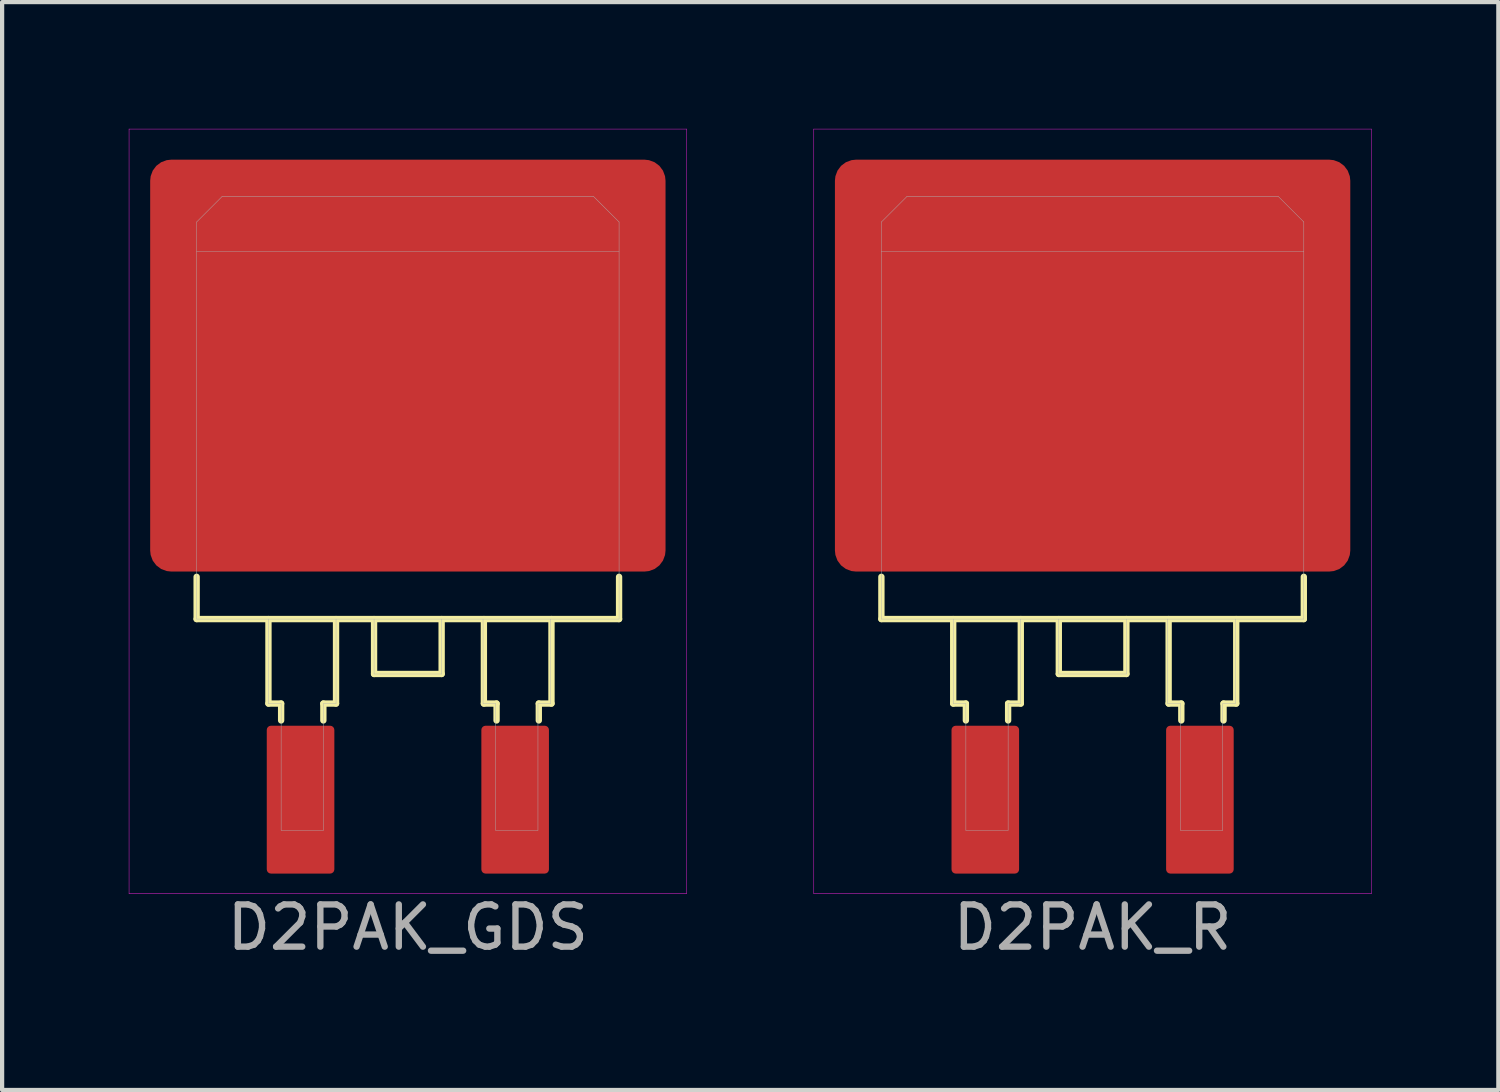
<source format=kicad_pcb>
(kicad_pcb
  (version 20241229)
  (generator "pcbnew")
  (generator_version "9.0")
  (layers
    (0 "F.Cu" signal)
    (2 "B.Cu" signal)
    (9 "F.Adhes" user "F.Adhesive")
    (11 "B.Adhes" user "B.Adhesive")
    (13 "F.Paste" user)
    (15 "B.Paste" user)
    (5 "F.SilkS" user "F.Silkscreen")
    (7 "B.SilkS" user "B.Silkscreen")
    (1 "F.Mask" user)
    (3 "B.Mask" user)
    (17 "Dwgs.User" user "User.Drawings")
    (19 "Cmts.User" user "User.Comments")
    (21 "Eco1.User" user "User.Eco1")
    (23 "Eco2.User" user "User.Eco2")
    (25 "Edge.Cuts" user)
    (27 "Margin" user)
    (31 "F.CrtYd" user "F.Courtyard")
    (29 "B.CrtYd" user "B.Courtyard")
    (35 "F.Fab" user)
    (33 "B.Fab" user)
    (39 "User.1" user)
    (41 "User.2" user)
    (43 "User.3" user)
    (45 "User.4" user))
  (footprint "D2PAK_R"
    (layer "F.Cu")
    (at 22.815 5.605)
    (property "Reference" "D2PAK_R" (at 0 13.3 0) (layer "F.Fab") (effects (font (size 1 1) (thickness 0.15))))
    (attr through_hole)
    (fp_line (start -5 5) (end -5 6) (stroke (width 0.15) (type solid)) (layer "F.SilkS"))
    (fp_line (start -5 6) (end 5 6) (stroke (width 0.15) (type solid)) (layer "F.SilkS"))
    (fp_line (start -3.3 6) (end -3.3 8) (stroke (width 0.15) (type solid)) (layer "F.SilkS"))
    (fp_line (start -3.3 8) (end -3 8) (stroke (width 0.15) (type solid)) (layer "F.SilkS"))
    (fp_line (start -3 8) (end -3 8.4) (stroke (width 0.15) (type solid)) (layer "F.SilkS"))
    (fp_line (start -2 8) (end -1.7 8) (stroke (width 0.15) (type solid)) (layer "F.SilkS"))
    (fp_line (start -2 8.4) (end -2 8) (stroke (width 0.15) (type solid)) (layer "F.SilkS"))
    (fp_line (start -1.7 8) (end -1.7 6) (stroke (width 0.15) (type solid)) (layer "F.SilkS"))
    (fp_line (start -0.8 6) (end -0.8 7.3) (stroke (width 0.15) (type solid)) (layer "F.SilkS"))
    (fp_line (start -0.8 7.3) (end 0.8 7.3) (stroke (width 0.15) (type solid)) (layer "F.SilkS"))
    (fp_line (start 0.8 7.3) (end 0.8 6) (stroke (width 0.15) (type solid)) (layer "F.SilkS"))
    (fp_line (start 1.8 6) (end 1.8 8) (stroke (width 0.15) (type solid)) (layer "F.SilkS"))
    (fp_line (start 1.8 8) (end 2.1 8) (stroke (width 0.15) (type solid)) (layer "F.SilkS"))
    (fp_line (start 2.1 8) (end 2.1 8.4) (stroke (width 0.15) (type solid)) (layer "F.SilkS"))
    (fp_line (start 3.1 8) (end 3.4 8) (stroke (width 0.15) (type solid)) (layer "F.SilkS"))
    (fp_line (start 3.1 8.4) (end 3.1 8) (stroke (width 0.15) (type solid)) (layer "F.SilkS"))
    (fp_line (start 3.4 8) (end 3.4 6) (stroke (width 0.15) (type solid)) (layer "F.SilkS"))
    (fp_line (start 5 6) (end 5 5) (stroke (width 0.15) (type solid)) (layer "F.SilkS"))
    (fp_line (start -6.6 -5.6) (end 6.6 -5.6) (stroke (width 0.01) (type solid)) (layer "F.CrtYd"))
    (fp_line (start -6.6 12.5) (end -6.6 -5.6) (stroke (width 0.01) (type solid)) (layer "F.CrtYd"))
    (fp_line (start 6.6 -5.6) (end 6.6 12.5) (stroke (width 0.01) (type solid)) (layer "F.CrtYd"))
    (fp_line (start 6.6 12.5) (end -6.6 12.5) (stroke (width 0.01) (type solid)) (layer "F.CrtYd"))
    (fp_line (start -5 -3.4) (end -4.4 -4) (stroke (width 0.01) (type solid)) (layer "F.Fab"))
    (fp_line (start -5 -2.7) (end 5 -2.7) (stroke (width 0.01) (type solid)) (layer "F.Fab"))
    (fp_line (start -5 6) (end -5 -3.4) (stroke (width 0.01) (type solid)) (layer "F.Fab"))
    (fp_line (start -4.4 -4) (end 4.4 -4) (stroke (width 0.01) (type solid)) (layer "F.Fab"))
    (fp_line (start -3.3 6) (end -3.3 8) (stroke (width 0.01) (type solid)) (layer "F.Fab"))
    (fp_line (start -3.3 8) (end -3 8) (stroke (width 0.01) (type solid)) (layer "F.Fab"))
    (fp_line (start -3 11) (end -3 8) (stroke (width 0.01) (type solid)) (layer "F.Fab"))
    (fp_line (start -2 8) (end -2 11) (stroke (width 0.01) (type solid)) (layer "F.Fab"))
    (fp_line (start -2 8) (end -1.7 8) (stroke (width 0.01) (type solid)) (layer "F.Fab"))
    (fp_line (start -2 11) (end -3 11) (stroke (width 0.01) (type solid)) (layer "F.Fab"))
    (fp_line (start -1.7 8) (end -1.7 6) (stroke (width 0.01) (type solid)) (layer "F.Fab"))
    (fp_line (start -0.8 6) (end -0.8 7.3) (stroke (width 0.01) (type solid)) (layer "F.Fab"))
    (fp_line (start -0.8 7.3) (end 0.8 7.3) (stroke (width 0.01) (type solid)) (layer "F.Fab"))
    (fp_line (start 0.8 7.3) (end 0.8 6) (stroke (width 0.01) (type solid)) (layer "F.Fab"))
    (fp_line (start 1.78 6) (end 1.78 8) (stroke (width 0.01) (type solid)) (layer "F.Fab"))
    (fp_line (start 1.78 8) (end 2.08 8) (stroke (width 0.01) (type solid)) (layer "F.Fab"))
    (fp_line (start 2.08 11) (end 2.08 8) (stroke (width 0.01) (type solid)) (layer "F.Fab"))
    (fp_line (start 3.08 8) (end 3.08 11) (stroke (width 0.01) (type solid)) (layer "F.Fab"))
    (fp_line (start 3.08 8) (end 3.38 8) (stroke (width 0.01) (type solid)) (layer "F.Fab"))
    (fp_line (start 3.08 11) (end 2.08 11) (stroke (width 0.01) (type solid)) (layer "F.Fab"))
    (fp_line (start 3.38 8) (end 3.38 6) (stroke (width 0.01) (type solid)) (layer "F.Fab"))
    (fp_line (start 4.4 -4) (end 5 -3.4) (stroke (width 0.01) (type solid)) (layer "F.Fab"))
    (fp_line (start 5 -3.4) (end 5 6) (stroke (width 0.01) (type solid)) (layer "F.Fab"))
    (fp_line (start 5 6) (end -5 6) (stroke (width 0.01) (type solid)) (layer "F.Fab"))
    (pad "1" smd roundrect (at -2.54 10.275) (size 1.6 3.5) (layers "F.Cu" "F.Mask" "F.Paste") (roundrect_rratio 0.062))
    (pad "2" smd roundrect (at 2.54 10.275) (size 1.6 3.5) (layers "F.Cu" "F.Mask" "F.Paste") (roundrect_rratio 0.062))
    (pad "~" smd roundrect (at 0 0) (size 12.2 9.75) (layers "F.Cu" "F.Mask" "F.Paste") (roundrect_rratio 0.051)))
  (footprint "D2PAK_GDS"
    (layer "F.Cu")
    (at 6.605 5.605)
    (property "Reference" "D2PAK_GDS" (at 0 13.3 0) (layer "F.Fab") (effects (font (size 1 1) (thickness 0.15))))
    (attr through_hole)
    (fp_line (start -5 5) (end -5 6) (stroke (width 0.15) (type solid)) (layer "F.SilkS"))
    (fp_line (start -5 6) (end 5 6) (stroke (width 0.15) (type solid)) (layer "F.SilkS"))
    (fp_line (start -3.3 6) (end -3.3 8) (stroke (width 0.15) (type solid)) (layer "F.SilkS"))
    (fp_line (start -3.3 8) (end -3 8) (stroke (width 0.15) (type solid)) (layer "F.SilkS"))
    (fp_line (start -3 8) (end -3 8.4) (stroke (width 0.15) (type solid)) (layer "F.SilkS"))
    (fp_line (start -2 8) (end -1.7 8) (stroke (width 0.15) (type solid)) (layer "F.SilkS"))
    (fp_line (start -2 8.4) (end -2 8) (stroke (width 0.15) (type solid)) (layer "F.SilkS"))
    (fp_line (start -1.7 8) (end -1.7 6) (stroke (width 0.15) (type solid)) (layer "F.SilkS"))
    (fp_line (start -0.8 6) (end -0.8 7.3) (stroke (width 0.15) (type solid)) (layer "F.SilkS"))
    (fp_line (start -0.8 7.3) (end 0.8 7.3) (stroke (width 0.15) (type solid)) (layer "F.SilkS"))
    (fp_line (start 0.8 7.3) (end 0.8 6) (stroke (width 0.15) (type solid)) (layer "F.SilkS"))
    (fp_line (start 1.8 6) (end 1.8 8) (stroke (width 0.15) (type solid)) (layer "F.SilkS"))
    (fp_line (start 1.8 8) (end 2.1 8) (stroke (width 0.15) (type solid)) (layer "F.SilkS"))
    (fp_line (start 2.1 8) (end 2.1 8.4) (stroke (width 0.15) (type solid)) (layer "F.SilkS"))
    (fp_line (start 3.1 8) (end 3.4 8) (stroke (width 0.15) (type solid)) (layer "F.SilkS"))
    (fp_line (start 3.1 8.4) (end 3.1 8) (stroke (width 0.15) (type solid)) (layer "F.SilkS"))
    (fp_line (start 3.4 8) (end 3.4 6) (stroke (width 0.15) (type solid)) (layer "F.SilkS"))
    (fp_line (start 5 6) (end 5 5) (stroke (width 0.15) (type solid)) (layer "F.SilkS"))
    (fp_line (start -6.6 -5.6) (end 6.6 -5.6) (stroke (width 0.01) (type solid)) (layer "F.CrtYd"))
    (fp_line (start -6.6 12.5) (end -6.6 -5.6) (stroke (width 0.01) (type solid)) (layer "F.CrtYd"))
    (fp_line (start 6.6 -5.6) (end 6.6 12.5) (stroke (width 0.01) (type solid)) (layer "F.CrtYd"))
    (fp_line (start 6.6 12.5) (end -6.6 12.5) (stroke (width 0.01) (type solid)) (layer "F.CrtYd"))
    (fp_line (start -5 -3.4) (end -4.4 -4) (stroke (width 0.01) (type solid)) (layer "F.Fab"))
    (fp_line (start -5 -2.7) (end 5 -2.7) (stroke (width 0.01) (type solid)) (layer "F.Fab"))
    (fp_line (start -5 6) (end -5 -3.4) (stroke (width 0.01) (type solid)) (layer "F.Fab"))
    (fp_line (start -4.4 -4) (end 4.4 -4) (stroke (width 0.01) (type solid)) (layer "F.Fab"))
    (fp_line (start -3.3 6) (end -3.3 8) (stroke (width 0.01) (type solid)) (layer "F.Fab"))
    (fp_line (start -3.3 8) (end -3 8) (stroke (width 0.01) (type solid)) (layer "F.Fab"))
    (fp_line (start -3 11) (end -3 8) (stroke (width 0.01) (type solid)) (layer "F.Fab"))
    (fp_line (start -2 8) (end -2 11) (stroke (width 0.01) (type solid)) (layer "F.Fab"))
    (fp_line (start -2 8) (end -1.7 8) (stroke (width 0.01) (type solid)) (layer "F.Fab"))
    (fp_line (start -2 11) (end -3 11) (stroke (width 0.01) (type solid)) (layer "F.Fab"))
    (fp_line (start -1.7 8) (end -1.7 6) (stroke (width 0.01) (type solid)) (layer "F.Fab"))
    (fp_line (start -0.8 6) (end -0.8 7.3) (stroke (width 0.01) (type solid)) (layer "F.Fab"))
    (fp_line (start -0.8 7.3) (end 0.8 7.3) (stroke (width 0.01) (type solid)) (layer "F.Fab"))
    (fp_line (start 0.8 7.3) (end 0.8 6) (stroke (width 0.01) (type solid)) (layer "F.Fab"))
    (fp_line (start 1.78 6) (end 1.78 8) (stroke (width 0.01) (type solid)) (layer "F.Fab"))
    (fp_line (start 1.78 8) (end 2.08 8) (stroke (width 0.01) (type solid)) (layer "F.Fab"))
    (fp_line (start 2.08 11) (end 2.08 8) (stroke (width 0.01) (type solid)) (layer "F.Fab"))
    (fp_line (start 3.08 8) (end 3.08 11) (stroke (width 0.01) (type solid)) (layer "F.Fab"))
    (fp_line (start 3.08 8) (end 3.38 8) (stroke (width 0.01) (type solid)) (layer "F.Fab"))
    (fp_line (start 3.08 11) (end 2.08 11) (stroke (width 0.01) (type solid)) (layer "F.Fab"))
    (fp_line (start 3.38 8) (end 3.38 6) (stroke (width 0.01) (type solid)) (layer "F.Fab"))
    (fp_line (start 4.4 -4) (end 5 -3.4) (stroke (width 0.01) (type solid)) (layer "F.Fab"))
    (fp_line (start 5 -3.4) (end 5 6) (stroke (width 0.01) (type solid)) (layer "F.Fab"))
    (fp_line (start 5 6) (end -5 6) (stroke (width 0.01) (type solid)) (layer "F.Fab"))
    (pad "D" smd roundrect (at 0 0) (size 12.2 9.75) (layers "F.Cu" "F.Mask" "F.Paste") (roundrect_rratio 0.051))
    (pad "G" smd roundrect (at -2.54 10.275) (size 1.6 3.5) (layers "F.Cu" "F.Mask" "F.Paste") (roundrect_rratio 0.062))
    (pad "S" smd roundrect (at 2.54 10.275) (size 1.6 3.5) (layers "F.Cu" "F.Mask" "F.Paste") (roundrect_rratio 0.062)))
  (gr_rect
    (start -3 -3)
    (end 32.42 22.753)
    (stroke (width 0.1) (type default))
    (fill no)
    (layer "Edge.Cuts")))
</source>
